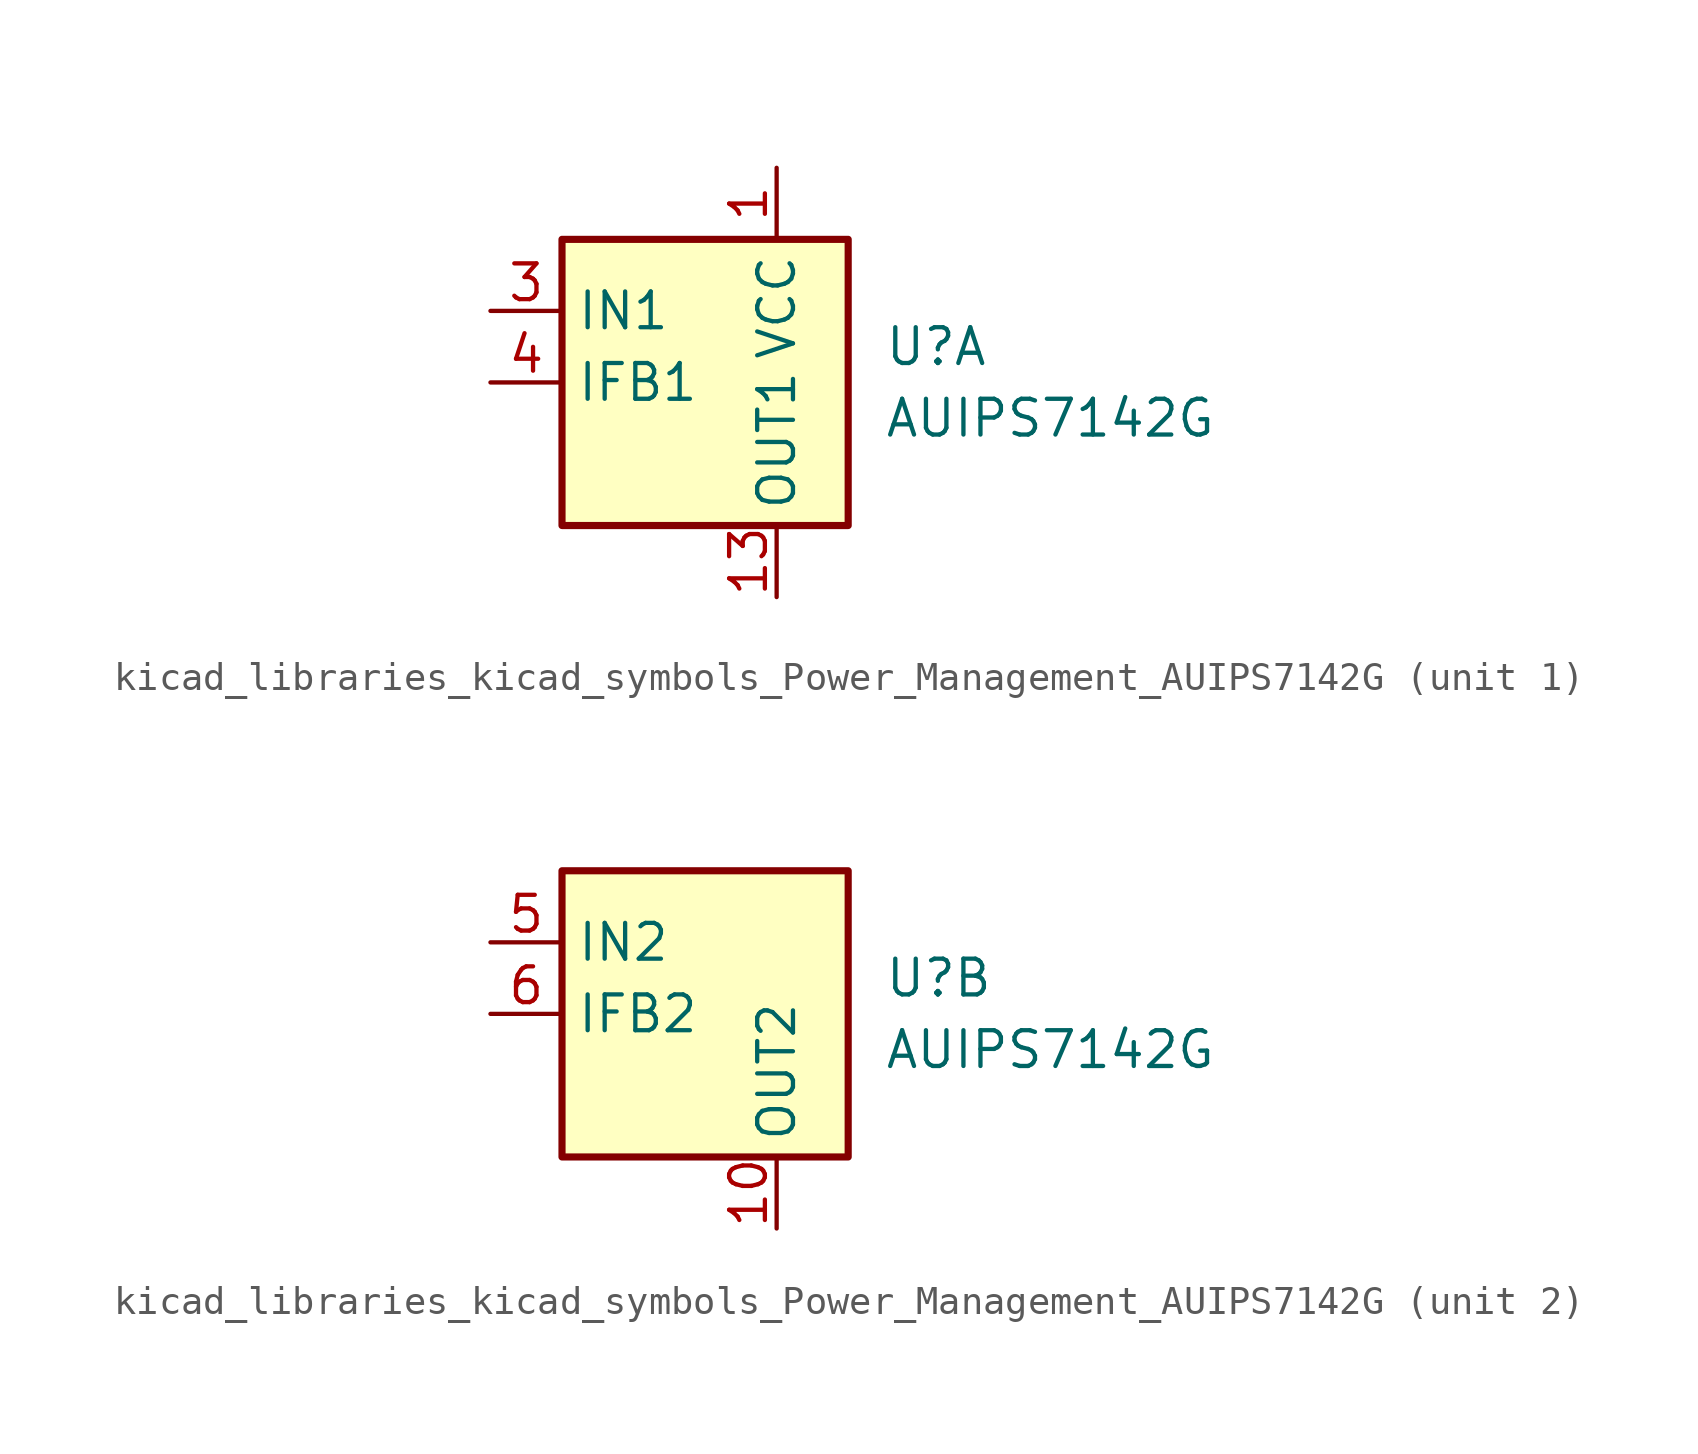
<source format=kicad_sym>
(kicad_symbol_lib
  (version 20220914)
  (generator kicad_symbol_editor)
  (symbol "kicad_libraries_kicad_symbols_Power_Management_AUIPS7142G"
    (property "Reference" "U"
      (at 3.81 1.27 0)
      (effects (font (size 1.27 1.27)) (justify left)))
    (property "Value" "AUIPS7142G"
      (at 3.81 -1.27 0)
      (effects (font (size 1.27 1.27)) (justify left)))
    (symbol "kicad_libraries_kicad_symbols_Power_Management_AUIPS7142G_0_1"
      (rectangle (start -7.62 5.08) (end 2.54 -5.08) (stroke (width 0.254) (type default)) (fill (type background))))
    (symbol "kicad_libraries_kicad_symbols_Power_Management_AUIPS7142G_1_1"
      (pin power_in line (at 0 7.62 270) (length 2.54) (name "VCC" (effects (font (size 1.27 1.27)))) (number "1" (effects (font (size 1.27 1.27)))))
      (pin power_out line (at 0 -7.62 90) (length 2.54) (name "OUT1" (effects (font (size 1.27 1.27)))) (number "13" (effects (font (size 1.27 1.27)))))
      (pin passive line (at 0 -7.62 90) (length 2.54) hide (name "OUT1" (effects (font (size 1.27 1.27)))) (number "14" (effects (font (size 1.27 1.27)))))
      (pin passive line (at 0 -7.62 90) (length 2.54) hide (name "OUT1" (effects (font (size 1.27 1.27)))) (number "15" (effects (font (size 1.27 1.27)))))
      (pin passive line (at 0 7.62 270) (length 2.54) hide (name "VCC" (effects (font (size 1.27 1.27)))) (number "16" (effects (font (size 1.27 1.27)))))
      (pin passive line (at 0 7.62 270) (length 2.54) hide (name "VCC" (effects (font (size 1.27 1.27)))) (number "2" (effects (font (size 1.27 1.27)))))
      (pin input line (at -10.16 2.54 0) (length 2.54) (name "IN1" (effects (font (size 1.27 1.27)))) (number "3" (effects (font (size 1.27 1.27)))))
      (pin output line (at -10.16 0 0) (length 2.54) (name "IFB1" (effects (font (size 1.27 1.27)))) (number "4" (effects (font (size 1.27 1.27)))))
      (pin passive line (at 0 7.62 270) (length 2.54) hide (name "VCC" (effects (font (size 1.27 1.27)))) (number "7" (effects (font (size 1.27 1.27)))))
      (pin passive line (at 0 7.62 270) (length 2.54) hide (name "VCC" (effects (font (size 1.27 1.27)))) (number "8" (effects (font (size 1.27 1.27)))))
      (pin passive line (at 0 7.62 270) (length 2.54) hide (name "VCC" (effects (font (size 1.27 1.27)))) (number "9" (effects (font (size 1.27 1.27))))))
    (symbol "kicad_libraries_kicad_symbols_Power_Management_AUIPS7142G_2_1"
      (pin power_out line (at 0 -7.62 90) (length 2.54) (name "OUT2" (effects (font (size 1.27 1.27)))) (number "10" (effects (font (size 1.27 1.27)))))
      (pin passive line (at 0 -7.62 90) (length 2.54) hide (name "OUT2" (effects (font (size 1.27 1.27)))) (number "11" (effects (font (size 1.27 1.27)))))
      (pin passive line (at 0 -7.62 90) (length 2.54) hide (name "OUT2" (effects (font (size 1.27 1.27)))) (number "12" (effects (font (size 1.27 1.27)))))
      (pin input line (at -10.16 2.54 0) (length 2.54) (name "IN2" (effects (font (size 1.27 1.27)))) (number "5" (effects (font (size 1.27 1.27)))))
      (pin output line (at -10.16 0 0) (length 2.54) (name "IFB2" (effects (font (size 1.27 1.27)))) (number "6" (effects (font (size 1.27 1.27))))))))
</source>
